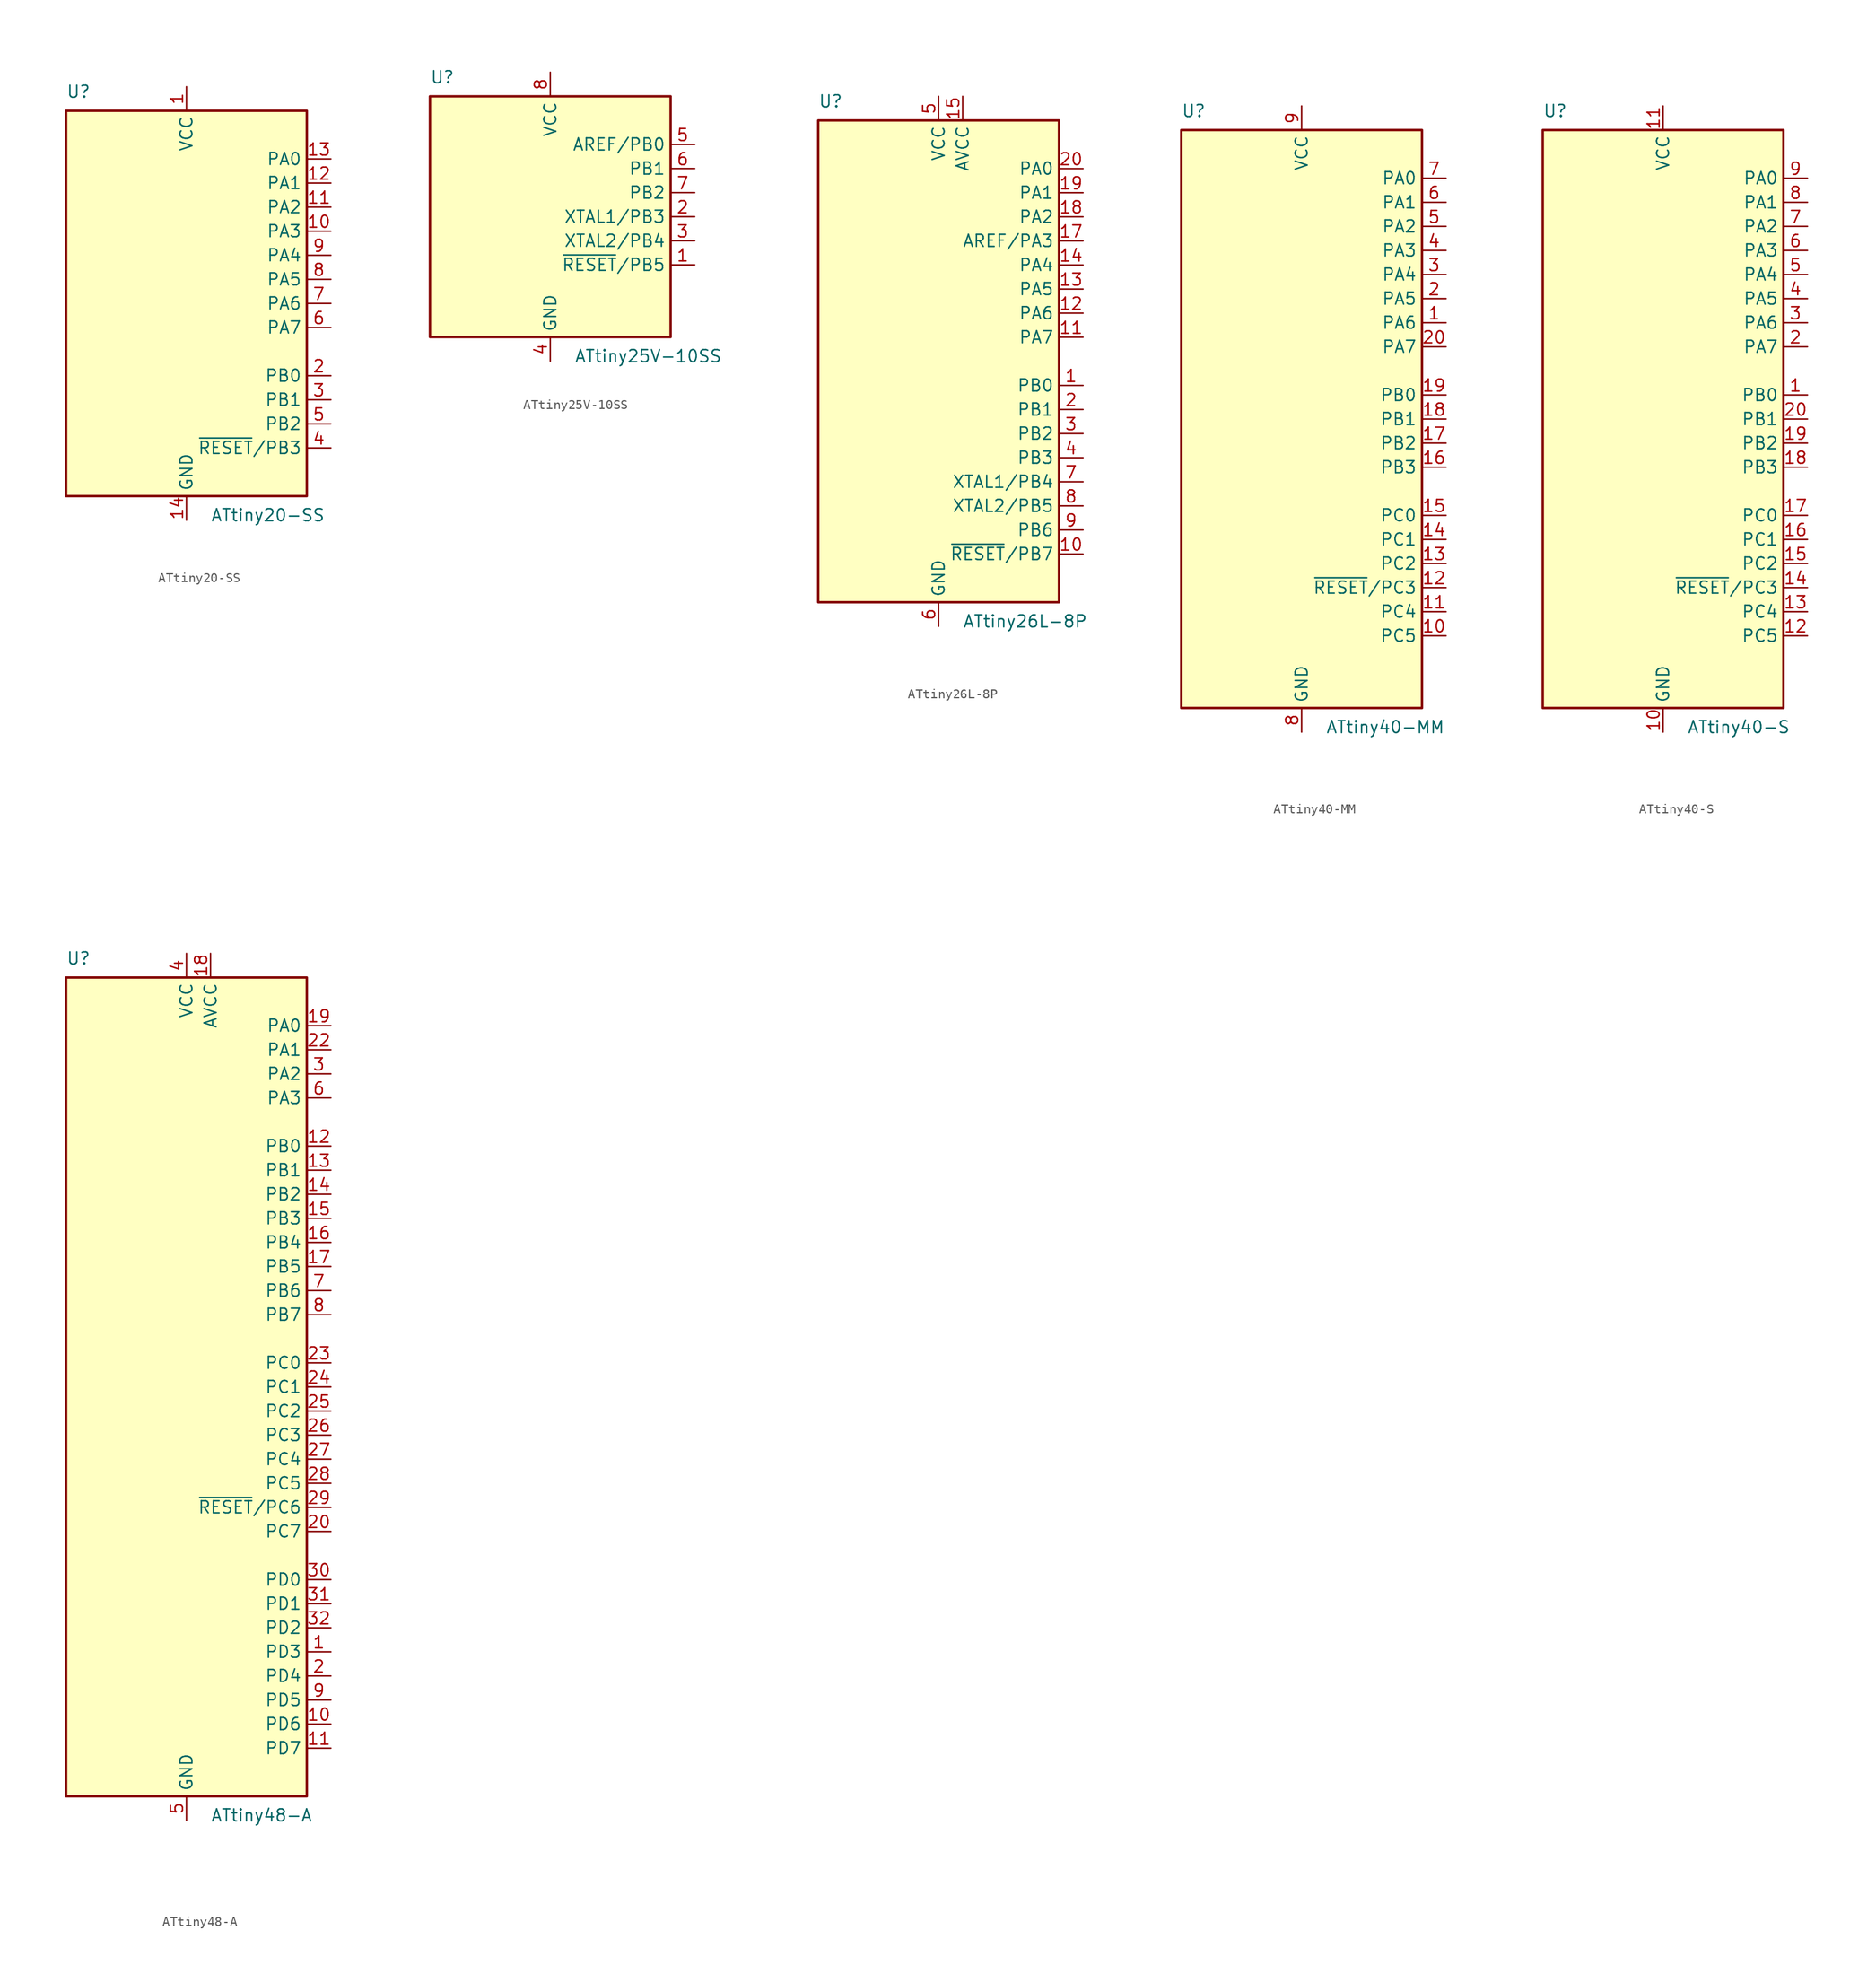
<source format=kicad_sym>
(kicad_symbol_lib
  (version 20201005)
  (generator kicad_symbol_editor)
  (symbol "ATtiny20-SS"
    (property "Reference" "U"
      (at -12.7 21.59 0)
      (effects (font (size 1.27 1.27)) (justify left bottom)))
    (property "Value" "ATtiny20-SS"
      (at 2.54 -21.59 0)
      (effects (font (size 1.27 1.27)) (justify left top)))
    (symbol "ATtiny20-SS_0_1"
      (rectangle (start -12.7 -20.32) (end 12.7 20.32) (stroke (width 0.254)) (fill (type background))))
    (symbol "ATtiny20-SS_1_1"
      (pin power_in line (at 0 22.86 270) (length 2.54) (name "VCC" (effects (font (size 1.27 1.27)))) (number "1" (effects (font (size 1.27 1.27)))))
      (pin bidirectional line (at 15.24 7.62 180) (length 2.54) (name "PA3" (effects (font (size 1.27 1.27)))) (number "10" (effects (font (size 1.27 1.27)))))
      (pin bidirectional line (at 15.24 10.16 180) (length 2.54) (name "PA2" (effects (font (size 1.27 1.27)))) (number "11" (effects (font (size 1.27 1.27)))))
      (pin bidirectional line (at 15.24 12.7 180) (length 2.54) (name "PA1" (effects (font (size 1.27 1.27)))) (number "12" (effects (font (size 1.27 1.27)))))
      (pin bidirectional line (at 15.24 15.24 180) (length 2.54) (name "PA0" (effects (font (size 1.27 1.27)))) (number "13" (effects (font (size 1.27 1.27)))))
      (pin power_in line (at 0 -22.86 90) (length 2.54) (name "GND" (effects (font (size 1.27 1.27)))) (number "14" (effects (font (size 1.27 1.27)))))
      (pin bidirectional line (at 15.24 -7.62 180) (length 2.54) (name "PB0" (effects (font (size 1.27 1.27)))) (number "2" (effects (font (size 1.27 1.27)))))
      (pin bidirectional line (at 15.24 -10.16 180) (length 2.54) (name "PB1" (effects (font (size 1.27 1.27)))) (number "3" (effects (font (size 1.27 1.27)))))
      (pin bidirectional line (at 15.24 -15.24 180) (length 2.54) (name "~RESET~/PB3" (effects (font (size 1.27 1.27)))) (number "4" (effects (font (size 1.27 1.27)))))
      (pin bidirectional line (at 15.24 -12.7 180) (length 2.54) (name "PB2" (effects (font (size 1.27 1.27)))) (number "5" (effects (font (size 1.27 1.27)))))
      (pin bidirectional line (at 15.24 -2.54 180) (length 2.54) (name "PA7" (effects (font (size 1.27 1.27)))) (number "6" (effects (font (size 1.27 1.27)))))
      (pin bidirectional line (at 15.24 0 180) (length 2.54) (name "PA6" (effects (font (size 1.27 1.27)))) (number "7" (effects (font (size 1.27 1.27)))))
      (pin bidirectional line (at 15.24 2.54 180) (length 2.54) (name "PA5" (effects (font (size 1.27 1.27)))) (number "8" (effects (font (size 1.27 1.27)))))
      (pin bidirectional line (at 15.24 5.08 180) (length 2.54) (name "PA4" (effects (font (size 1.27 1.27)))) (number "9" (effects (font (size 1.27 1.27)))))))
  (symbol "ATtiny25V-10SS"
    (property "Reference" "U"
      (at -12.7 13.97 0)
      (effects (font (size 1.27 1.27)) (justify left bottom)))
    (property "Value" "ATtiny25V-10SS"
      (at 2.54 -13.97 0)
      (effects (font (size 1.27 1.27)) (justify left top)))
    (symbol "ATtiny25V-10SS_0_1"
      (rectangle (start -12.7 -12.7) (end 12.7 12.7) (stroke (width 0.254)) (fill (type background))))
    (symbol "ATtiny25V-10SS_1_1"
      (pin bidirectional line (at 15.24 -5.08 180) (length 2.54) (name "~RESET~/PB5" (effects (font (size 1.27 1.27)))) (number "1" (effects (font (size 1.27 1.27)))))
      (pin bidirectional line (at 15.24 0 180) (length 2.54) (name "XTAL1/PB3" (effects (font (size 1.27 1.27)))) (number "2" (effects (font (size 1.27 1.27)))))
      (pin bidirectional line (at 15.24 -2.54 180) (length 2.54) (name "XTAL2/PB4" (effects (font (size 1.27 1.27)))) (number "3" (effects (font (size 1.27 1.27)))))
      (pin power_in line (at 0 -15.24 90) (length 2.54) (name "GND" (effects (font (size 1.27 1.27)))) (number "4" (effects (font (size 1.27 1.27)))))
      (pin bidirectional line (at 15.24 7.62 180) (length 2.54) (name "AREF/PB0" (effects (font (size 1.27 1.27)))) (number "5" (effects (font (size 1.27 1.27)))))
      (pin bidirectional line (at 15.24 5.08 180) (length 2.54) (name "PB1" (effects (font (size 1.27 1.27)))) (number "6" (effects (font (size 1.27 1.27)))))
      (pin bidirectional line (at 15.24 2.54 180) (length 2.54) (name "PB2" (effects (font (size 1.27 1.27)))) (number "7" (effects (font (size 1.27 1.27)))))
      (pin power_in line (at 0 15.24 270) (length 2.54) (name "VCC" (effects (font (size 1.27 1.27)))) (number "8" (effects (font (size 1.27 1.27)))))))
  (symbol "ATtiny26L-8P"
    (property "Reference" "U"
      (at -12.7 26.67 0)
      (effects (font (size 1.27 1.27)) (justify left bottom)))
    (property "Value" "ATtiny26L-8P"
      (at 2.54 -26.67 0)
      (effects (font (size 1.27 1.27)) (justify left top)))
    (symbol "ATtiny26L-8P_0_1"
      (rectangle (start -12.7 -25.4) (end 12.7 25.4) (stroke (width 0.254)) (fill (type background))))
    (symbol "ATtiny26L-8P_1_1"
      (pin bidirectional line (at 15.24 -2.54 180) (length 2.54) (name "PB0" (effects (font (size 1.27 1.27)))) (number "1" (effects (font (size 1.27 1.27)))))
      (pin bidirectional line (at 15.24 -20.32 180) (length 2.54) (name "~RESET~/PB7" (effects (font (size 1.27 1.27)))) (number "10" (effects (font (size 1.27 1.27)))))
      (pin bidirectional line (at 15.24 2.54 180) (length 2.54) (name "PA7" (effects (font (size 1.27 1.27)))) (number "11" (effects (font (size 1.27 1.27)))))
      (pin bidirectional line (at 15.24 5.08 180) (length 2.54) (name "PA6" (effects (font (size 1.27 1.27)))) (number "12" (effects (font (size 1.27 1.27)))))
      (pin bidirectional line (at 15.24 7.62 180) (length 2.54) (name "PA5" (effects (font (size 1.27 1.27)))) (number "13" (effects (font (size 1.27 1.27)))))
      (pin bidirectional line (at 15.24 10.16 180) (length 2.54) (name "PA4" (effects (font (size 1.27 1.27)))) (number "14" (effects (font (size 1.27 1.27)))))
      (pin power_in line (at 2.54 27.94 270) (length 2.54) (name "AVCC" (effects (font (size 1.27 1.27)))) (number "15" (effects (font (size 1.27 1.27)))))
      (pin passive line (at 0 -27.94 90) (length 2.54) hide (name "GND" (effects (font (size 1.27 1.27)))) (number "16" (effects (font (size 1.27 1.27)))))
      (pin bidirectional line (at 15.24 12.7 180) (length 2.54) (name "AREF/PA3" (effects (font (size 1.27 1.27)))) (number "17" (effects (font (size 1.27 1.27)))))
      (pin bidirectional line (at 15.24 15.24 180) (length 2.54) (name "PA2" (effects (font (size 1.27 1.27)))) (number "18" (effects (font (size 1.27 1.27)))))
      (pin bidirectional line (at 15.24 17.78 180) (length 2.54) (name "PA1" (effects (font (size 1.27 1.27)))) (number "19" (effects (font (size 1.27 1.27)))))
      (pin bidirectional line (at 15.24 -5.08 180) (length 2.54) (name "PB1" (effects (font (size 1.27 1.27)))) (number "2" (effects (font (size 1.27 1.27)))))
      (pin bidirectional line (at 15.24 20.32 180) (length 2.54) (name "PA0" (effects (font (size 1.27 1.27)))) (number "20" (effects (font (size 1.27 1.27)))))
      (pin bidirectional line (at 15.24 -7.62 180) (length 2.54) (name "PB2" (effects (font (size 1.27 1.27)))) (number "3" (effects (font (size 1.27 1.27)))))
      (pin bidirectional line (at 15.24 -10.16 180) (length 2.54) (name "PB3" (effects (font (size 1.27 1.27)))) (number "4" (effects (font (size 1.27 1.27)))))
      (pin power_in line (at 0 27.94 270) (length 2.54) (name "VCC" (effects (font (size 1.27 1.27)))) (number "5" (effects (font (size 1.27 1.27)))))
      (pin power_in line (at 0 -27.94 90) (length 2.54) (name "GND" (effects (font (size 1.27 1.27)))) (number "6" (effects (font (size 1.27 1.27)))))
      (pin bidirectional line (at 15.24 -12.7 180) (length 2.54) (name "XTAL1/PB4" (effects (font (size 1.27 1.27)))) (number "7" (effects (font (size 1.27 1.27)))))
      (pin bidirectional line (at 15.24 -15.24 180) (length 2.54) (name "XTAL2/PB5" (effects (font (size 1.27 1.27)))) (number "8" (effects (font (size 1.27 1.27)))))
      (pin bidirectional line (at 15.24 -17.78 180) (length 2.54) (name "PB6" (effects (font (size 1.27 1.27)))) (number "9" (effects (font (size 1.27 1.27)))))))
  (symbol "ATtiny40-MM"
    (property "Reference" "U"
      (at -12.7 31.75 0)
      (effects (font (size 1.27 1.27)) (justify left bottom)))
    (property "Value" "ATtiny40-MM"
      (at 2.54 -31.75 0)
      (effects (font (size 1.27 1.27)) (justify left top)))
    (symbol "ATtiny40-MM_0_1"
      (rectangle (start -12.7 -30.48) (end 12.7 30.48) (stroke (width 0.254)) (fill (type background))))
    (symbol "ATtiny40-MM_1_1"
      (pin bidirectional line (at 15.24 10.16 180) (length 2.54) (name "PA6" (effects (font (size 1.27 1.27)))) (number "1" (effects (font (size 1.27 1.27)))))
      (pin bidirectional line (at 15.24 -22.86 180) (length 2.54) (name "PC5" (effects (font (size 1.27 1.27)))) (number "10" (effects (font (size 1.27 1.27)))))
      (pin bidirectional line (at 15.24 -20.32 180) (length 2.54) (name "PC4" (effects (font (size 1.27 1.27)))) (number "11" (effects (font (size 1.27 1.27)))))
      (pin bidirectional line (at 15.24 -17.78 180) (length 2.54) (name "~RESET~/PC3" (effects (font (size 1.27 1.27)))) (number "12" (effects (font (size 1.27 1.27)))))
      (pin bidirectional line (at 15.24 -15.24 180) (length 2.54) (name "PC2" (effects (font (size 1.27 1.27)))) (number "13" (effects (font (size 1.27 1.27)))))
      (pin bidirectional line (at 15.24 -12.7 180) (length 2.54) (name "PC1" (effects (font (size 1.27 1.27)))) (number "14" (effects (font (size 1.27 1.27)))))
      (pin bidirectional line (at 15.24 -10.16 180) (length 2.54) (name "PC0" (effects (font (size 1.27 1.27)))) (number "15" (effects (font (size 1.27 1.27)))))
      (pin bidirectional line (at 15.24 -5.08 180) (length 2.54) (name "PB3" (effects (font (size 1.27 1.27)))) (number "16" (effects (font (size 1.27 1.27)))))
      (pin bidirectional line (at 15.24 -2.54 180) (length 2.54) (name "PB2" (effects (font (size 1.27 1.27)))) (number "17" (effects (font (size 1.27 1.27)))))
      (pin bidirectional line (at 15.24 0 180) (length 2.54) (name "PB1" (effects (font (size 1.27 1.27)))) (number "18" (effects (font (size 1.27 1.27)))))
      (pin bidirectional line (at 15.24 2.54 180) (length 2.54) (name "PB0" (effects (font (size 1.27 1.27)))) (number "19" (effects (font (size 1.27 1.27)))))
      (pin bidirectional line (at 15.24 12.7 180) (length 2.54) (name "PA5" (effects (font (size 1.27 1.27)))) (number "2" (effects (font (size 1.27 1.27)))))
      (pin bidirectional line (at 15.24 7.62 180) (length 2.54) (name "PA7" (effects (font (size 1.27 1.27)))) (number "20" (effects (font (size 1.27 1.27)))))
      (pin passive line (at 0 -33.02 90) (length 2.54) hide (name "GND" (effects (font (size 1.27 1.27)))) (number "21" (effects (font (size 1.27 1.27)))))
      (pin bidirectional line (at 15.24 15.24 180) (length 2.54) (name "PA4" (effects (font (size 1.27 1.27)))) (number "3" (effects (font (size 1.27 1.27)))))
      (pin bidirectional line (at 15.24 17.78 180) (length 2.54) (name "PA3" (effects (font (size 1.27 1.27)))) (number "4" (effects (font (size 1.27 1.27)))))
      (pin bidirectional line (at 15.24 20.32 180) (length 2.54) (name "PA2" (effects (font (size 1.27 1.27)))) (number "5" (effects (font (size 1.27 1.27)))))
      (pin bidirectional line (at 15.24 22.86 180) (length 2.54) (name "PA1" (effects (font (size 1.27 1.27)))) (number "6" (effects (font (size 1.27 1.27)))))
      (pin bidirectional line (at 15.24 25.4 180) (length 2.54) (name "PA0" (effects (font (size 1.27 1.27)))) (number "7" (effects (font (size 1.27 1.27)))))
      (pin power_in line (at 0 -33.02 90) (length 2.54) (name "GND" (effects (font (size 1.27 1.27)))) (number "8" (effects (font (size 1.27 1.27)))))
      (pin power_in line (at 0 33.02 270) (length 2.54) (name "VCC" (effects (font (size 1.27 1.27)))) (number "9" (effects (font (size 1.27 1.27)))))))
  (symbol "ATtiny40-S"
    (property "Reference" "U"
      (at -12.7 31.75 0)
      (effects (font (size 1.27 1.27)) (justify left bottom)))
    (property "Value" "ATtiny40-S"
      (at 2.54 -31.75 0)
      (effects (font (size 1.27 1.27)) (justify left top)))
    (symbol "ATtiny40-S_0_1"
      (rectangle (start -12.7 -30.48) (end 12.7 30.48) (stroke (width 0.254)) (fill (type background))))
    (symbol "ATtiny40-S_1_1"
      (pin bidirectional line (at 15.24 2.54 180) (length 2.54) (name "PB0" (effects (font (size 1.27 1.27)))) (number "1" (effects (font (size 1.27 1.27)))))
      (pin power_in line (at 0 -33.02 90) (length 2.54) (name "GND" (effects (font (size 1.27 1.27)))) (number "10" (effects (font (size 1.27 1.27)))))
      (pin power_in line (at 0 33.02 270) (length 2.54) (name "VCC" (effects (font (size 1.27 1.27)))) (number "11" (effects (font (size 1.27 1.27)))))
      (pin bidirectional line (at 15.24 -22.86 180) (length 2.54) (name "PC5" (effects (font (size 1.27 1.27)))) (number "12" (effects (font (size 1.27 1.27)))))
      (pin bidirectional line (at 15.24 -20.32 180) (length 2.54) (name "PC4" (effects (font (size 1.27 1.27)))) (number "13" (effects (font (size 1.27 1.27)))))
      (pin bidirectional line (at 15.24 -17.78 180) (length 2.54) (name "~RESET~/PC3" (effects (font (size 1.27 1.27)))) (number "14" (effects (font (size 1.27 1.27)))))
      (pin bidirectional line (at 15.24 -15.24 180) (length 2.54) (name "PC2" (effects (font (size 1.27 1.27)))) (number "15" (effects (font (size 1.27 1.27)))))
      (pin bidirectional line (at 15.24 -12.7 180) (length 2.54) (name "PC1" (effects (font (size 1.27 1.27)))) (number "16" (effects (font (size 1.27 1.27)))))
      (pin bidirectional line (at 15.24 -10.16 180) (length 2.54) (name "PC0" (effects (font (size 1.27 1.27)))) (number "17" (effects (font (size 1.27 1.27)))))
      (pin bidirectional line (at 15.24 -5.08 180) (length 2.54) (name "PB3" (effects (font (size 1.27 1.27)))) (number "18" (effects (font (size 1.27 1.27)))))
      (pin bidirectional line (at 15.24 -2.54 180) (length 2.54) (name "PB2" (effects (font (size 1.27 1.27)))) (number "19" (effects (font (size 1.27 1.27)))))
      (pin bidirectional line (at 15.24 7.62 180) (length 2.54) (name "PA7" (effects (font (size 1.27 1.27)))) (number "2" (effects (font (size 1.27 1.27)))))
      (pin bidirectional line (at 15.24 0 180) (length 2.54) (name "PB1" (effects (font (size 1.27 1.27)))) (number "20" (effects (font (size 1.27 1.27)))))
      (pin bidirectional line (at 15.24 10.16 180) (length 2.54) (name "PA6" (effects (font (size 1.27 1.27)))) (number "3" (effects (font (size 1.27 1.27)))))
      (pin bidirectional line (at 15.24 12.7 180) (length 2.54) (name "PA5" (effects (font (size 1.27 1.27)))) (number "4" (effects (font (size 1.27 1.27)))))
      (pin bidirectional line (at 15.24 15.24 180) (length 2.54) (name "PA4" (effects (font (size 1.27 1.27)))) (number "5" (effects (font (size 1.27 1.27)))))
      (pin bidirectional line (at 15.24 17.78 180) (length 2.54) (name "PA3" (effects (font (size 1.27 1.27)))) (number "6" (effects (font (size 1.27 1.27)))))
      (pin bidirectional line (at 15.24 20.32 180) (length 2.54) (name "PA2" (effects (font (size 1.27 1.27)))) (number "7" (effects (font (size 1.27 1.27)))))
      (pin bidirectional line (at 15.24 22.86 180) (length 2.54) (name "PA1" (effects (font (size 1.27 1.27)))) (number "8" (effects (font (size 1.27 1.27)))))
      (pin bidirectional line (at 15.24 25.4 180) (length 2.54) (name "PA0" (effects (font (size 1.27 1.27)))) (number "9" (effects (font (size 1.27 1.27)))))))
  (symbol "ATtiny48-A"
    (property "Reference" "U"
      (at -12.7 44.45 0)
      (effects (font (size 1.27 1.27)) (justify left bottom)))
    (property "Value" "ATtiny48-A"
      (at 2.54 -44.45 0)
      (effects (font (size 1.27 1.27)) (justify left top)))
    (symbol "ATtiny48-A_0_1"
      (rectangle (start -12.7 -43.18) (end 12.7 43.18) (stroke (width 0.254)) (fill (type background))))
    (symbol "ATtiny48-A_1_1"
      (pin bidirectional line (at 15.24 -27.94 180) (length 2.54) (name "PD3" (effects (font (size 1.27 1.27)))) (number "1" (effects (font (size 1.27 1.27)))))
      (pin bidirectional line (at 15.24 -35.56 180) (length 2.54) (name "PD6" (effects (font (size 1.27 1.27)))) (number "10" (effects (font (size 1.27 1.27)))))
      (pin bidirectional line (at 15.24 -38.1 180) (length 2.54) (name "PD7" (effects (font (size 1.27 1.27)))) (number "11" (effects (font (size 1.27 1.27)))))
      (pin bidirectional line (at 15.24 25.4 180) (length 2.54) (name "PB0" (effects (font (size 1.27 1.27)))) (number "12" (effects (font (size 1.27 1.27)))))
      (pin bidirectional line (at 15.24 22.86 180) (length 2.54) (name "PB1" (effects (font (size 1.27 1.27)))) (number "13" (effects (font (size 1.27 1.27)))))
      (pin bidirectional line (at 15.24 20.32 180) (length 2.54) (name "PB2" (effects (font (size 1.27 1.27)))) (number "14" (effects (font (size 1.27 1.27)))))
      (pin bidirectional line (at 15.24 17.78 180) (length 2.54) (name "PB3" (effects (font (size 1.27 1.27)))) (number "15" (effects (font (size 1.27 1.27)))))
      (pin bidirectional line (at 15.24 15.24 180) (length 2.54) (name "PB4" (effects (font (size 1.27 1.27)))) (number "16" (effects (font (size 1.27 1.27)))))
      (pin bidirectional line (at 15.24 12.7 180) (length 2.54) (name "PB5" (effects (font (size 1.27 1.27)))) (number "17" (effects (font (size 1.27 1.27)))))
      (pin power_in line (at 2.54 45.72 270) (length 2.54) (name "AVCC" (effects (font (size 1.27 1.27)))) (number "18" (effects (font (size 1.27 1.27)))))
      (pin bidirectional line (at 15.24 38.1 180) (length 2.54) (name "PA0" (effects (font (size 1.27 1.27)))) (number "19" (effects (font (size 1.27 1.27)))))
      (pin bidirectional line (at 15.24 -30.48 180) (length 2.54) (name "PD4" (effects (font (size 1.27 1.27)))) (number "2" (effects (font (size 1.27 1.27)))))
      (pin bidirectional line (at 15.24 -15.24 180) (length 2.54) (name "PC7" (effects (font (size 1.27 1.27)))) (number "20" (effects (font (size 1.27 1.27)))))
      (pin passive line (at 0 -45.72 90) (length 2.54) hide (name "GND" (effects (font (size 1.27 1.27)))) (number "21" (effects (font (size 1.27 1.27)))))
      (pin bidirectional line (at 15.24 35.56 180) (length 2.54) (name "PA1" (effects (font (size 1.27 1.27)))) (number "22" (effects (font (size 1.27 1.27)))))
      (pin bidirectional line (at 15.24 2.54 180) (length 2.54) (name "PC0" (effects (font (size 1.27 1.27)))) (number "23" (effects (font (size 1.27 1.27)))))
      (pin bidirectional line (at 15.24 0 180) (length 2.54) (name "PC1" (effects (font (size 1.27 1.27)))) (number "24" (effects (font (size 1.27 1.27)))))
      (pin bidirectional line (at 15.24 -2.54 180) (length 2.54) (name "PC2" (effects (font (size 1.27 1.27)))) (number "25" (effects (font (size 1.27 1.27)))))
      (pin bidirectional line (at 15.24 -5.08 180) (length 2.54) (name "PC3" (effects (font (size 1.27 1.27)))) (number "26" (effects (font (size 1.27 1.27)))))
      (pin bidirectional line (at 15.24 -7.62 180) (length 2.54) (name "PC4" (effects (font (size 1.27 1.27)))) (number "27" (effects (font (size 1.27 1.27)))))
      (pin bidirectional line (at 15.24 -10.16 180) (length 2.54) (name "PC5" (effects (font (size 1.27 1.27)))) (number "28" (effects (font (size 1.27 1.27)))))
      (pin bidirectional line (at 15.24 -12.7 180) (length 2.54) (name "~RESET~/PC6" (effects (font (size 1.27 1.27)))) (number "29" (effects (font (size 1.27 1.27)))))
      (pin bidirectional line (at 15.24 33.02 180) (length 2.54) (name "PA2" (effects (font (size 1.27 1.27)))) (number "3" (effects (font (size 1.27 1.27)))))
      (pin bidirectional line (at 15.24 -20.32 180) (length 2.54) (name "PD0" (effects (font (size 1.27 1.27)))) (number "30" (effects (font (size 1.27 1.27)))))
      (pin bidirectional line (at 15.24 -22.86 180) (length 2.54) (name "PD1" (effects (font (size 1.27 1.27)))) (number "31" (effects (font (size 1.27 1.27)))))
      (pin bidirectional line (at 15.24 -25.4 180) (length 2.54) (name "PD2" (effects (font (size 1.27 1.27)))) (number "32" (effects (font (size 1.27 1.27)))))
      (pin power_in line (at 0 45.72 270) (length 2.54) (name "VCC" (effects (font (size 1.27 1.27)))) (number "4" (effects (font (size 1.27 1.27)))))
      (pin power_in line (at 0 -45.72 90) (length 2.54) (name "GND" (effects (font (size 1.27 1.27)))) (number "5" (effects (font (size 1.27 1.27)))))
      (pin bidirectional line (at 15.24 30.48 180) (length 2.54) (name "PA3" (effects (font (size 1.27 1.27)))) (number "6" (effects (font (size 1.27 1.27)))))
      (pin bidirectional line (at 15.24 10.16 180) (length 2.54) (name "PB6" (effects (font (size 1.27 1.27)))) (number "7" (effects (font (size 1.27 1.27)))))
      (pin bidirectional line (at 15.24 7.62 180) (length 2.54) (name "PB7" (effects (font (size 1.27 1.27)))) (number "8" (effects (font (size 1.27 1.27)))))
      (pin bidirectional line (at 15.24 -33.02 180) (length 2.54) (name "PD5" (effects (font (size 1.27 1.27)))) (number "9" (effects (font (size 1.27 1.27))))))))
</source>
